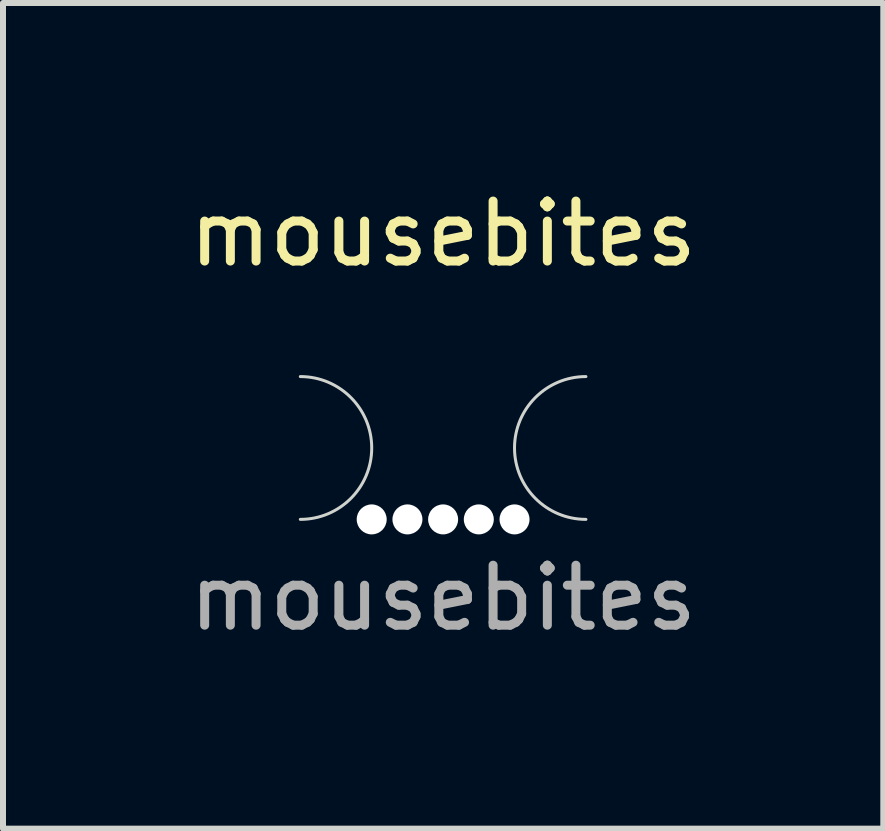
<source format=kicad_pcb>
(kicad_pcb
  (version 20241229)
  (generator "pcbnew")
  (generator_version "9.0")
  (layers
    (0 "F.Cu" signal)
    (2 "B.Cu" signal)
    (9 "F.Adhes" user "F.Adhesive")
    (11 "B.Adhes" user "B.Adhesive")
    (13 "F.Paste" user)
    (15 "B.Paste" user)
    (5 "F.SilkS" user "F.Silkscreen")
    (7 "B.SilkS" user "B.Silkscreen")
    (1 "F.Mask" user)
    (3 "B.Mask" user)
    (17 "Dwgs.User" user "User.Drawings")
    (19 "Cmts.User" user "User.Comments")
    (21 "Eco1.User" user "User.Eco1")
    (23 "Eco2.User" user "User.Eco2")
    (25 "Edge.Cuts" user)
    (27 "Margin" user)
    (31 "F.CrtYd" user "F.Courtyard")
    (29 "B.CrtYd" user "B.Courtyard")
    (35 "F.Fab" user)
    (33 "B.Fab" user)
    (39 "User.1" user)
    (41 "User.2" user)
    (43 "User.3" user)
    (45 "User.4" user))
  (footprint "mousebites"
    (layer "F.Cu")
    (at 4.339 4.42)
    (property "Reference" "mousebites" (at 0 -3.572 0) (unlocked yes) (layer "F.SilkS") (effects (font (size 1 1) (thickness 0.15))))
    (attr smd)
    (fp_arc (start -2.38125 -1.190625) (mid -1.190625 0) (end -2.38125 1.190625) (stroke (width 0.05) (type solid)) (layer "Edge.Cuts"))
    (fp_arc (start 2.38125 1.190625) (mid 1.190625 0) (end 2.38125 -1.190625) (stroke (width 0.05) (type solid)) (layer "Edge.Cuts"))
    (fp_text user "${REFERENCE}" (at 0 2.5 0) (unlocked yes) (layer "F.Fab") (effects (font (size 1 1) (thickness 0.15))))
    (pad "" np_thru_hole circle (at -1.191 1.191) (size 0.5 0.5) (drill 0.5) (layers "*.Cu" "*.Mask"))
    (pad "" np_thru_hole circle (at -0.595 1.191) (size 0.5 0.5) (drill 0.5) (layers "*.Cu" "*.Mask"))
    (pad "" np_thru_hole circle (at 0 1.191) (size 0.5 0.5) (drill 0.5) (layers "*.Cu" "*.Mask"))
    (pad "" np_thru_hole circle (at 0.595 1.191) (size 0.5 0.5) (drill 0.5) (layers "*.Cu" "*.Mask"))
    (pad "" np_thru_hole circle (at 1.191 1.191) (size 0.5 0.5) (drill 0.5) (layers "*.Cu" "*.Mask")))
  (gr_rect
    (start -3 -3)
    (end 11.679 10.768)
    (stroke (width 0.1) (type default))
    (fill no)
    (layer "Edge.Cuts")))
</source>
